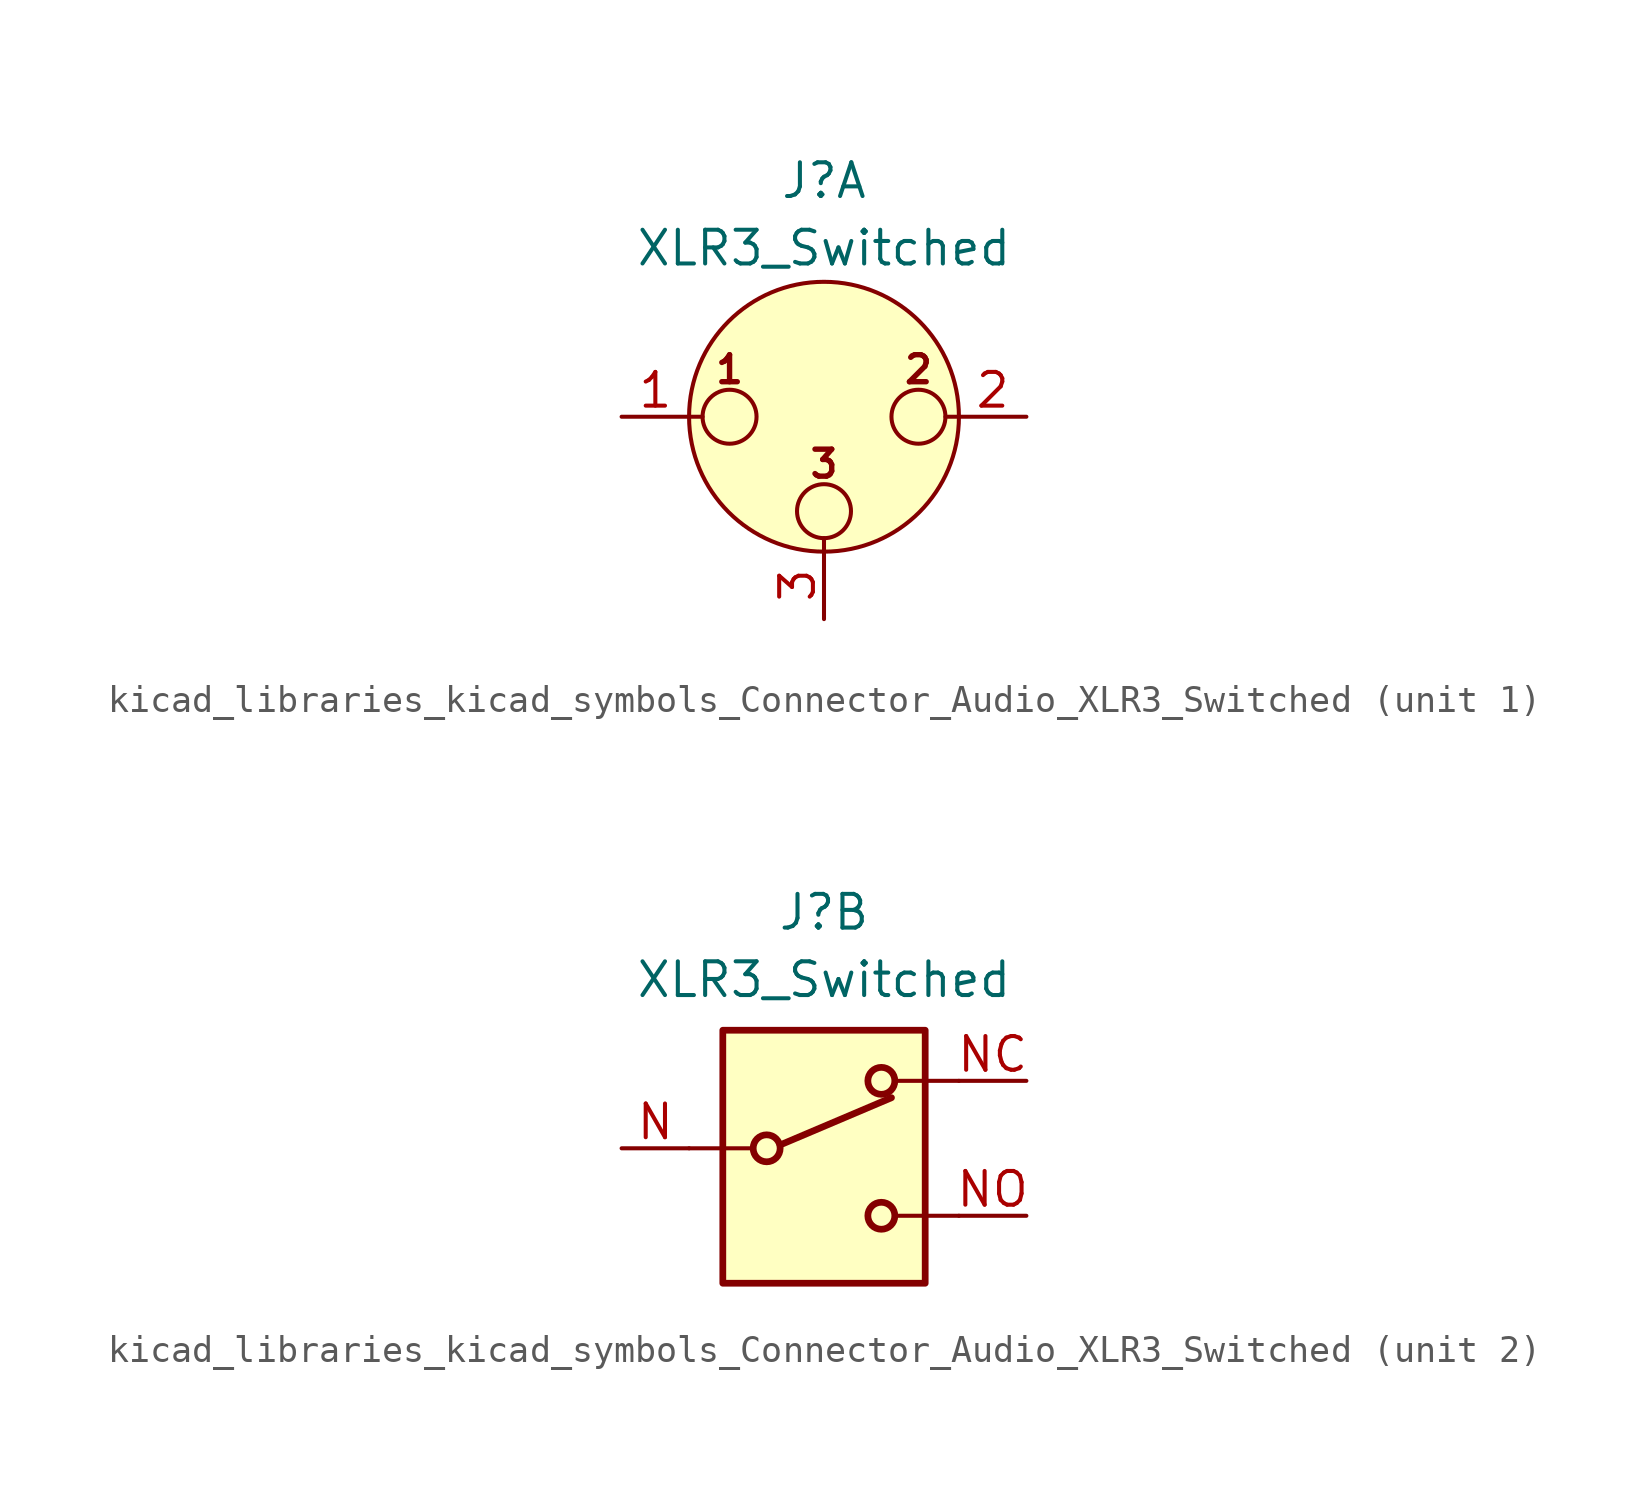
<source format=kicad_sym>
(kicad_symbol_lib
  (version 20220914)
  (generator kicad_symbol_editor)
  (symbol "kicad_libraries_kicad_symbols_Connector_Audio_XLR3_Switched"
    (pin_names hide)
    (property "Reference" "J"
      (at 0 8.89 0)
      (effects (font (size 1.27 1.27))))
    (property "Value" "XLR3_Switched"
      (at 0 6.35 0)
      (effects (font (size 1.27 1.27))))
    (symbol "kicad_libraries_kicad_symbols_Connector_Audio_XLR3_Switched_1_1"
      (circle (center -3.556 0) (radius 1.016) (stroke (width 0) (type default)) (fill (type none)))
      (circle (center 0 -3.556) (radius 1.016) (stroke (width 0) (type default)) (fill (type none)))
      (polyline (pts (xy -5.08 0) (xy -4.572 0)) (stroke (width 0) (type default)) (fill (type none)))
      (polyline (pts (xy 0 -5.08) (xy 0 -4.572)) (stroke (width 0) (type default)) (fill (type none)))
      (polyline (pts (xy 5.08 0) (xy 4.572 0)) (stroke (width 0) (type default)) (fill (type none)))
      (circle (center 0 0) (radius 5.08) (stroke (width 0) (type default)) (fill (type background)))
      (circle (center 3.556 0) (radius 1.016) (stroke (width 0) (type default)) (fill (type none)))
      (text "1" (at -3.556 1.778 0) (effects (font (size 1.016 1.016) bold)))
      (text "2" (at 3.556 1.778 0) (effects (font (size 1.016 1.016) bold)))
      (text "3" (at 0 -1.778 0) (effects (font (size 1.016 1.016) bold)))
      (pin passive line (at -7.62 0 0) (length 2.54) (name "~" (effects (font (size 1.27 1.27)))) (number "1" (effects (font (size 1.27 1.27)))))
      (pin passive line (at 7.62 0 180) (length 2.54) (name "~" (effects (font (size 1.27 1.27)))) (number "2" (effects (font (size 1.27 1.27)))))
      (pin passive line (at 0 -7.62 90) (length 2.54) (name "~" (effects (font (size 1.27 1.27)))) (number "3" (effects (font (size 1.27 1.27))))))
    (symbol "kicad_libraries_kicad_symbols_Connector_Audio_XLR3_Switched_2_1"
      (rectangle (start -3.81 4.445) (end 3.81 -5.08) (stroke (width 0.254) (type default)) (fill (type background)))
      (circle (center -2.159 0) (radius 0.508) (stroke (width 0.254) (type default)) (fill (type none)))
      (polyline (pts (xy -5.08 0) (xy -2.794 0)) (stroke (width 0) (type default)) (fill (type none)))
      (polyline (pts (xy -1.651 0.127) (xy 2.54 1.905)) (stroke (width 0.254) (type default)) (fill (type none)))
      (polyline (pts (xy 5.08 -2.54) (xy 2.794 -2.54)) (stroke (width 0) (type default)) (fill (type none)))
      (polyline (pts (xy 5.08 2.54) (xy 2.794 2.54)) (stroke (width 0) (type default)) (fill (type none)))
      (circle (center 2.159 -2.54) (radius 0.508) (stroke (width 0.254) (type default)) (fill (type none)))
      (circle (center 2.159 2.54) (radius 0.508) (stroke (width 0.254) (type default)) (fill (type none)))
      (pin passive line (at -7.62 0 0) (length 2.54) (name "~" (effects (font (size 1.27 1.27)))) (number "N" (effects (font (size 1.27 1.27)))))
      (pin passive line (at 7.62 2.54 180) (length 2.54) (name "~" (effects (font (size 1.27 1.27)))) (number "NC" (effects (font (size 1.27 1.27)))))
      (pin passive line (at 7.62 -2.54 180) (length 2.54) (name "~" (effects (font (size 1.27 1.27)))) (number "NO" (effects (font (size 1.27 1.27))))))))
</source>
